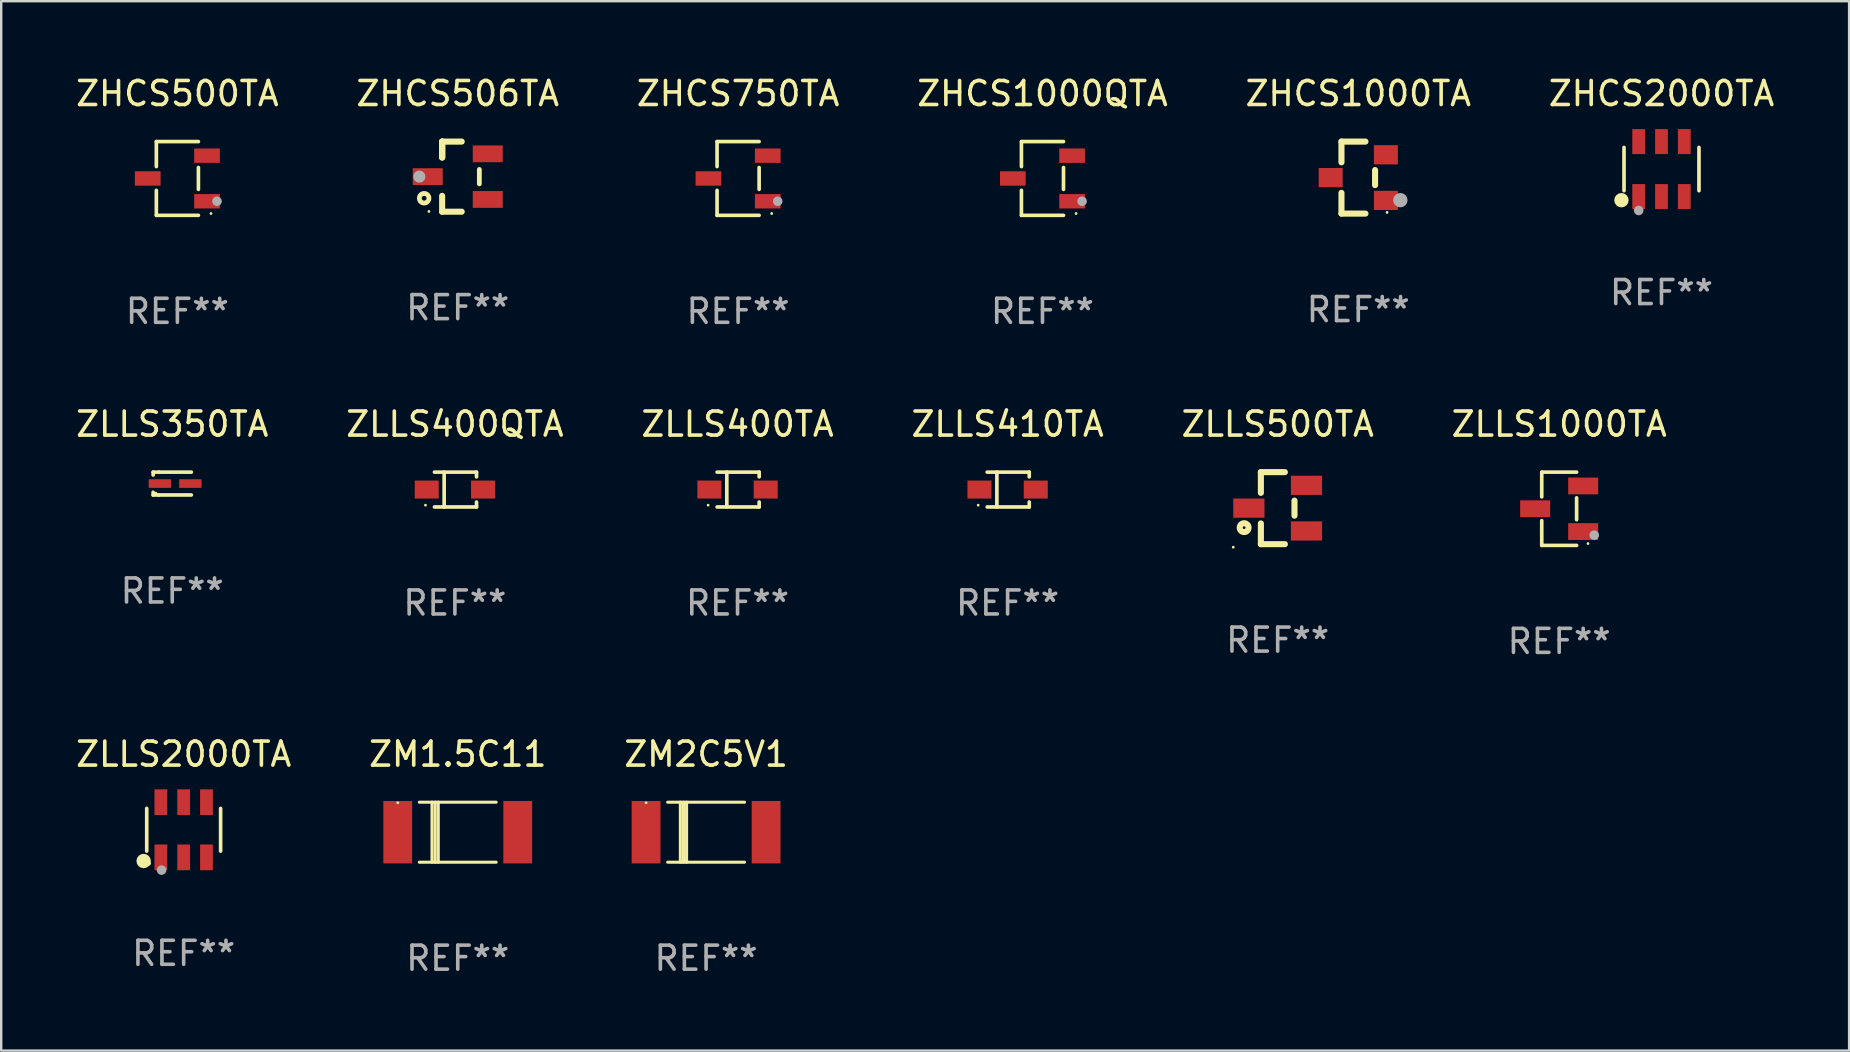
<source format=kicad_pcb>
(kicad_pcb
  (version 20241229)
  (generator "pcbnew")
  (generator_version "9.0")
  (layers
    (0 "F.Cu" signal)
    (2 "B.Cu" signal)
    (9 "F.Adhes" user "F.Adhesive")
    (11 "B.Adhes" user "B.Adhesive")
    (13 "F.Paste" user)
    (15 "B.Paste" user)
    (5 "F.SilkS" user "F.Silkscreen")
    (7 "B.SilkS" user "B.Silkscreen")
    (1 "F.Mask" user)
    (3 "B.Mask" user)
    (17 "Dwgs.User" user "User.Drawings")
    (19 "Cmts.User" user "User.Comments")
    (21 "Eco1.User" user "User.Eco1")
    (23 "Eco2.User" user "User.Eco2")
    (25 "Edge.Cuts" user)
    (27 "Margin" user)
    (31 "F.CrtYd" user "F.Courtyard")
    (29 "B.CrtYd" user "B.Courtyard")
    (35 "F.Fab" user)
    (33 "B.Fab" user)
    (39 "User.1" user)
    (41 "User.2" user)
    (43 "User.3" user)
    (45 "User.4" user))
  (footprint "ZHCS506TA"
    (layer "F.Cu")
    (at 16.018 4.308)
    (property "Reference" "ZHCS506TA" (at 0 -3.46 0) (layer "F.SilkS") (effects (font (size 1 1) (thickness 0.15))))
    (attr through_hole)
    (fp_line (start -0.65 -1.46) (end -0.65 -0.8) (stroke (width 0.254) (type solid)) (layer "F.SilkS"))
    (fp_line (start -0.65 -1.46) (end 0.165 -1.46) (stroke (width 0.254) (type solid)) (layer "F.SilkS"))
    (fp_line (start -0.65 -0.8) (end -0.65 -1.46) (stroke (width 0.254) (type solid)) (layer "F.SilkS"))
    (fp_line (start -0.65 -0.8) (end -0.65 -1.46) (stroke (width 0.254) (type solid)) (layer "F.SilkS"))
    (fp_line (start -0.65 1.46) (end -0.65 0.8) (stroke (width 0.254) (type solid)) (layer "F.SilkS"))
    (fp_line (start 0.165 1.46) (end -0.65 1.46) (stroke (width 0.254) (type solid)) (layer "F.SilkS"))
    (fp_line (start 0.9 0.3) (end 0.9 -0.3) (stroke (width 0.2) (type solid)) (layer "F.SilkS"))
    (fp_circle (center -1.4 0.9) (end -1.2 0.9) (stroke (width 0.2) (type solid)) (fill no) (layer "F.SilkS"))
    (fp_circle (center -1.2 1.45) (end -1.17 1.45) (stroke (width 0.06) (type solid)) (fill no) (layer "F.SilkS"))
    (fp_circle (center -1.6 0) (end -1.473 0) (stroke (width 0.254) (type solid)) (fill no) (layer "F.Fab"))
    (fp_text user "REF**" (at 0 5.46 0) (layer "F.Fab") (effects (font (size 1 1) (thickness 0.15))))
    (pad "1" smd rect (at -1.25 0 270) (size 0.7 1.25) (layers "F.Cu" "F.Mask" "F.Paste"))
    (pad "2" smd rect (at 1.25 -0.95 270) (size 0.7 1.25) (layers "F.Cu" "F.Mask" "F.Paste"))
    (pad "3" smd rect (at 1.25 0.95 270) (size 0.7 1.25) (layers "F.Cu" "F.Mask" "F.Paste")))
  (footprint "ZLLS1000TA"
    (layer "F.Cu")
    (at 61.899 18.143)
    (property "Reference" "ZLLS1000TA" (at 0 -3.526 0) (layer "F.SilkS") (effects (font (size 1 1) (thickness 0.15))))
    (attr through_hole)
    (fp_line (start -0.726 -1.526) (end -0.726 -0.495) (stroke (width 0.152) (type solid)) (layer "F.SilkS"))
    (fp_line (start -0.726 1.526) (end -0.726 0.495) (stroke (width 0.152) (type solid)) (layer "F.SilkS"))
    (fp_line (start 0.726 -1.526) (end -0.726 -1.526) (stroke (width 0.152) (type solid)) (layer "F.SilkS"))
    (fp_line (start 0.726 -0.455) (end 0.726 0.455) (stroke (width 0.152) (type solid)) (layer "F.SilkS"))
    (fp_line (start 0.726 1.526) (end -0.726 1.526) (stroke (width 0.152) (type solid)) (layer "F.SilkS"))
    (fp_circle (center 1.2 1.45) (end 1.23 1.45) (stroke (width 0.06) (type solid)) (fill no) (layer "F.SilkS"))
    (fp_circle (center 1.46 1.1) (end 1.56 1.1) (stroke (width 0.2) (type solid)) (fill no) (layer "F.Fab"))
    (fp_text user "REF**" (at 0 5.526 0) (layer "F.Fab") (effects (font (size 1 1) (thickness 0.15))))
    (pad "1" smd rect (at 1 0.95) (size 1.25 0.7) (layers "F.Cu" "F.Mask" "F.Paste"))
    (pad "2" smd rect (at 1 -0.95) (size 1.25 0.7) (layers "F.Cu" "F.Mask" "F.Paste"))
    (pad "3" smd rect (at -1 0) (size 1.25 0.7) (layers "F.Cu" "F.Mask" "F.Paste")))
  (footprint "ZLLS400QTA"
    (layer "F.Cu")
    (at 15.899 17.343)
    (property "Reference" "ZLLS400QTA" (at 0 -2.726 0) (layer "F.SilkS") (effects (font (size 1 1) (thickness 0.15))))
    (attr through_hole)
    (fp_line (start -0.851 -0.726) (end 0.901 -0.726) (stroke (width 0.152) (type solid)) (layer "F.SilkS"))
    (fp_line (start -0.851 0.726) (end 0.901 0.726) (stroke (width 0.152) (type solid)) (layer "F.SilkS"))
    (fp_line (start -0.447 -0.726) (end -0.447 0.726) (stroke (width 0.152) (type solid)) (layer "F.SilkS"))
    (fp_line (start 0.901 -0.726) (end 0.901 -0.53) (stroke (width 0.152) (type solid)) (layer "F.SilkS"))
    (fp_line (start 0.901 0.726) (end 0.901 0.52) (stroke (width 0.152) (type solid)) (layer "F.SilkS"))
    (fp_circle (center -1.225 0.65) (end -1.195 0.65) (stroke (width 0.06) (type solid)) (fill no) (layer "F.SilkS"))
    (fp_text user "REF**" (at 0 4.726 0) (layer "F.Fab") (effects (font (size 1 1) (thickness 0.15))))
    (pad "1" smd rect (at -1.173 0) (size 1 0.75) (layers "F.Cu" "F.Mask" "F.Paste"))
    (pad "2" smd rect (at 1.173 0) (size 1 0.75) (layers "F.Cu" "F.Mask" "F.Paste")))
  (footprint "ZLLS2000TA"
    (layer "F.Cu")
    (at 4.601 31.515)
    (property "Reference" "ZLLS2000TA" (at 0 -3.149 0) (layer "F.SilkS") (effects (font (size 1 1) (thickness 0.15))))
    (attr through_hole)
    (fp_line (start -1.539 0.889) (end -1.539 -0.889) (stroke (width 0.152) (type solid)) (layer "F.SilkS"))
    (fp_line (start 1.539 0.889) (end 1.539 -0.889) (stroke (width 0.152) (type solid)) (layer "F.SilkS"))
    (fp_circle (center -1.668 1.301) (end -1.518 1.301) (stroke (width 0.3) (type solid)) (fill no) (layer "F.SilkS"))
    (fp_circle (center -1.463 1.4) (end -1.413 1.4) (stroke (width 0.1) (type solid)) (fill no) (layer "F.SilkS"))
    (fp_circle (center -0.92 1.68) (end -0.82 1.68) (stroke (width 0.2) (type solid)) (fill no) (layer "F.Fab"))
    (fp_text user "REF**" (at 0 5.149 0) (layer "F.Fab") (effects (font (size 1 1) (thickness 0.15))))
    (pad "1" smd rect (at -0.95 1.149) (size 0.532 1.072) (layers "F.Cu" "F.Mask" "F.Paste"))
    (pad "2" smd rect (at 0 1.149) (size 0.532 1.072) (layers "F.Cu" "F.Mask" "F.Paste"))
    (pad "3" smd rect (at 0.95 1.149) (size 0.532 1.072) (layers "F.Cu" "F.Mask" "F.Paste"))
    (pad "4" smd rect (at 0.95 -1.149) (size 0.532 1.072) (layers "F.Cu" "F.Mask" "F.Paste"))
    (pad "5" smd rect (at 0 -1.149) (size 0.532 1.072) (layers "F.Cu" "F.Mask" "F.Paste"))
    (pad "6" smd rect (at -0.95 -1.149) (size 0.532 1.072) (layers "F.Cu" "F.Mask" "F.Paste")))
  (footprint "ZHCS500TA"
    (layer "F.Cu")
    (at 4.339 4.384)
    (property "Reference" "ZHCS500TA" (at 0 -3.536 0) (layer "F.SilkS") (effects (font (size 1 1) (thickness 0.15))))
    (attr through_hole)
    (fp_line (start -0.876 -1.536) (end -0.876 -0.495) (stroke (width 0.152) (type solid)) (layer "F.SilkS"))
    (fp_line (start -0.876 1.536) (end -0.876 0.495) (stroke (width 0.152) (type solid)) (layer "F.SilkS"))
    (fp_line (start 0.876 -1.536) (end -0.876 -1.536) (stroke (width 0.152) (type solid)) (layer "F.SilkS"))
    (fp_line (start 0.876 -0.455) (end 0.876 0.455) (stroke (width 0.152) (type solid)) (layer "F.SilkS"))
    (fp_line (start 0.876 1.536) (end -0.876 1.536) (stroke (width 0.152) (type solid)) (layer "F.SilkS"))
    (fp_circle (center 1.4 1.46) (end 1.43 1.46) (stroke (width 0.06) (type solid)) (fill no) (layer "F.SilkS"))
    (fp_circle (center 1.651 0.95) (end 1.751 0.95) (stroke (width 0.2) (type solid)) (fill no) (layer "F.Fab"))
    (fp_text user "REF**" (at 0 5.536 0) (layer "F.Fab") (effects (font (size 1 1) (thickness 0.15))))
    (pad "1" smd rect (at 1.235 0.95) (size 1.07 0.6) (layers "F.Cu" "F.Mask" "F.Paste"))
    (pad "2" smd rect (at 1.235 -0.95) (size 1.07 0.6) (layers "F.Cu" "F.Mask" "F.Paste"))
    (pad "3" smd rect (at -1.235 0) (size 1.07 0.6) (layers "F.Cu" "F.Mask" "F.Paste")))
  (footprint "ZHCS2000TA"
    (layer "F.Cu")
    (at 66.161 3.993)
    (property "Reference" "ZHCS2000TA" (at 0 -3.145 0) (layer "F.SilkS") (effects (font (size 1 1) (thickness 0.15))))
    (attr through_hole)
    (fp_line (start -1.561 0.901) (end -1.561 -0.901) (stroke (width 0.152) (type solid)) (layer "F.SilkS"))
    (fp_line (start 1.561 0.901) (end 1.561 -0.901) (stroke (width 0.152) (type solid)) (layer "F.SilkS"))
    (fp_circle (center -1.668 1.297) (end -1.518 1.297) (stroke (width 0.3) (type solid)) (fill no) (layer "F.SilkS"))
    (fp_circle (center -1.485 1.425) (end -1.455 1.425) (stroke (width 0.06) (type solid)) (fill no) (layer "F.SilkS"))
    (fp_circle (center -0.95 1.725) (end -0.85 1.725) (stroke (width 0.2) (type solid)) (fill no) (layer "F.Fab"))
    (fp_text user "REF**" (at 0 5.145 0) (layer "F.Fab") (effects (font (size 1 1) (thickness 0.15))))
    (pad "1" smd rect (at -0.95 1.145) (size 0.532 1.04) (layers "F.Cu" "F.Mask" "F.Paste"))
    (pad "2" smd rect (at 0 1.145) (size 0.532 1.04) (layers "F.Cu" "F.Mask" "F.Paste"))
    (pad "3" smd rect (at 0.95 1.145) (size 0.532 1.04) (layers "F.Cu" "F.Mask" "F.Paste"))
    (pad "4" smd rect (at 0.95 -1.145) (size 0.532 1.04) (layers "F.Cu" "F.Mask" "F.Paste"))
    (pad "5" smd rect (at 0 -1.145) (size 0.532 1.04) (layers "F.Cu" "F.Mask" "F.Paste"))
    (pad "6" smd rect (at -0.95 -1.145) (size 0.532 1.04) (layers "F.Cu" "F.Mask" "F.Paste")))
  (footprint "ZHCS1000TA"
    (layer "F.Cu")
    (at 53.53 4.348)
    (property "Reference" "ZHCS1000TA" (at 0 -3.5 0) (layer "F.SilkS") (effects (font (size 1 1) (thickness 0.15))))
    (attr through_hole)
    (fp_line (start -0.7 -1.5) (end 0.3 -1.5) (stroke (width 0.254) (type solid)) (layer "F.SilkS"))
    (fp_line (start -0.7 -0.636) (end -0.7 -1.5) (stroke (width 0.254) (type solid)) (layer "F.SilkS"))
    (fp_line (start -0.7 1.5) (end -0.7 0.636) (stroke (width 0.254) (type solid)) (layer "F.SilkS"))
    (fp_line (start -0.7 1.5) (end 0.3 1.5) (stroke (width 0.254) (type solid)) (layer "F.SilkS"))
    (fp_line (start 0.7 0.314) (end 0.7 -0.314) (stroke (width 0.254) (type solid)) (layer "F.SilkS"))
    (fp_circle (center 1.2 1.45) (end 1.23 1.45) (stroke (width 0.06) (type solid)) (fill no) (layer "F.SilkS"))
    (fp_circle (center 1.753 0.94) (end 1.903 0.94) (stroke (width 0.3) (type solid)) (fill no) (layer "F.Fab"))
    (fp_text user "REF**" (at 0 5.5 0) (layer "F.Fab") (effects (font (size 1 1) (thickness 0.15))))
    (pad "1" smd rect (at 1.15 0.95 180) (size 1 0.8) (layers "F.Cu" "F.Mask" "F.Paste"))
    (pad "2" smd rect (at 1.15 -0.95 180) (size 1 0.8) (layers "F.Cu" "F.Mask" "F.Paste"))
    (pad "3" smd rect (at -1.15 -0.000051 180) (size 1 0.8) (layers "F.Cu" "F.Mask" "F.Paste")))
  (footprint "ZLLS400TA"
    (layer "F.Cu")
    (at 27.673 17.343)
    (property "Reference" "ZLLS400TA" (at 0 -2.726 0) (layer "F.SilkS") (effects (font (size 1 1) (thickness 0.15))))
    (attr through_hole)
    (fp_line (start -0.851 -0.726) (end 0.901 -0.726) (stroke (width 0.152) (type solid)) (layer "F.SilkS"))
    (fp_line (start -0.851 0.726) (end 0.901 0.726) (stroke (width 0.152) (type solid)) (layer "F.SilkS"))
    (fp_line (start -0.447 -0.726) (end -0.447 0.726) (stroke (width 0.152) (type solid)) (layer "F.SilkS"))
    (fp_line (start 0.901 -0.726) (end 0.901 -0.53) (stroke (width 0.152) (type solid)) (layer "F.SilkS"))
    (fp_line (start 0.901 0.726) (end 0.901 0.52) (stroke (width 0.152) (type solid)) (layer "F.SilkS"))
    (fp_circle (center -1.225 0.65) (end -1.195 0.65) (stroke (width 0.06) (type solid)) (fill no) (layer "F.SilkS"))
    (fp_text user "REF**" (at 0 4.726 0) (layer "F.Fab") (effects (font (size 1 1) (thickness 0.15))))
    (pad "1" smd rect (at -1.173 0) (size 1 0.75) (layers "F.Cu" "F.Mask" "F.Paste"))
    (pad "2" smd rect (at 1.173 0) (size 1 0.75) (layers "F.Cu" "F.Mask" "F.Paste")))
  (footprint "ZLLS500TA"
    (layer "F.Cu")
    (at 50.173 18.117)
    (property "Reference" "ZLLS500TA" (at 0 -3.5 0) (layer "F.SilkS") (effects (font (size 1 1) (thickness 0.15))))
    (attr through_hole)
    (fp_line (start -0.7 -1.5) (end 0.3 -1.5) (stroke (width 0.254) (type solid)) (layer "F.SilkS"))
    (fp_line (start -0.7 -0.636) (end -0.7 -1.5) (stroke (width 0.254) (type solid)) (layer "F.SilkS"))
    (fp_line (start -0.7 1.5) (end -0.7 0.636) (stroke (width 0.254) (type solid)) (layer "F.SilkS"))
    (fp_line (start -0.7 1.5) (end 0.3 1.5) (stroke (width 0.254) (type solid)) (layer "F.SilkS"))
    (fp_line (start 0.7 0.314) (end 0.7 -0.314) (stroke (width 0.254) (type solid)) (layer "F.SilkS"))
    (fp_circle (center -1.85 1.627) (end -1.82 1.627) (stroke (width 0.06) (type solid)) (fill no) (layer "F.SilkS"))
    (fp_circle (center -1.397 0.813) (end -1.34 0.813) (stroke (width 0.254) (type solid)) (fill no) (layer "F.SilkS"))
    (fp_text user "REF**" (at 0 5.5 0) (layer "F.Fab") (effects (font (size 1 1) (thickness 0.15))))
    (pad "1" smd rect (at -1.2 -0.000051 180) (size 1.3 0.8) (layers "F.Cu" "F.Mask" "F.Paste"))
    (pad "2" smd rect (at 1.2 -0.95 180) (size 1.3 0.8) (layers "F.Cu" "F.Mask" "F.Paste"))
    (pad "3" smd rect (at 1.2 0.95 180) (size 1.3 0.8) (layers "F.Cu" "F.Mask" "F.Paste")))
  (footprint "ZLLS410TA"
    (layer "F.Cu")
    (at 38.923 17.343)
    (property "Reference" "ZLLS410TA" (at 0 -2.726 0) (layer "F.SilkS") (effects (font (size 1 1) (thickness 0.15))))
    (attr through_hole)
    (fp_line (start -0.851 -0.726) (end 0.901 -0.726) (stroke (width 0.152) (type solid)) (layer "F.SilkS"))
    (fp_line (start -0.851 0.726) (end 0.901 0.726) (stroke (width 0.152) (type solid)) (layer "F.SilkS"))
    (fp_line (start -0.447 -0.726) (end -0.447 0.726) (stroke (width 0.152) (type solid)) (layer "F.SilkS"))
    (fp_line (start 0.901 -0.726) (end 0.901 -0.53) (stroke (width 0.152) (type solid)) (layer "F.SilkS"))
    (fp_line (start 0.901 0.726) (end 0.901 0.52) (stroke (width 0.152) (type solid)) (layer "F.SilkS"))
    (fp_circle (center -1.225 0.65) (end -1.195 0.65) (stroke (width 0.06) (type solid)) (fill no) (layer "F.SilkS"))
    (fp_text user "REF**" (at 0 4.726 0) (layer "F.Fab") (effects (font (size 1 1) (thickness 0.15))))
    (pad "1" smd rect (at -1.173 0) (size 1 0.75) (layers "F.Cu" "F.Mask" "F.Paste"))
    (pad "2" smd rect (at 1.173 0) (size 1 0.75) (layers "F.Cu" "F.Mask" "F.Paste")))
  (footprint "ZHCS750TA"
    (layer "F.Cu")
    (at 27.696 4.384)
    (property "Reference" "ZHCS750TA" (at 0 -3.536 0) (layer "F.SilkS") (effects (font (size 1 1) (thickness 0.15))))
    (attr through_hole)
    (fp_line (start -0.876 -1.536) (end -0.876 -0.495) (stroke (width 0.152) (type solid)) (layer "F.SilkS"))
    (fp_line (start -0.876 1.536) (end -0.876 0.495) (stroke (width 0.152) (type solid)) (layer "F.SilkS"))
    (fp_line (start 0.876 -1.536) (end -0.876 -1.536) (stroke (width 0.152) (type solid)) (layer "F.SilkS"))
    (fp_line (start 0.876 -0.455) (end 0.876 0.455) (stroke (width 0.152) (type solid)) (layer "F.SilkS"))
    (fp_line (start 0.876 1.536) (end -0.876 1.536) (stroke (width 0.152) (type solid)) (layer "F.SilkS"))
    (fp_circle (center 1.4 1.46) (end 1.43 1.46) (stroke (width 0.06) (type solid)) (fill no) (layer "F.SilkS"))
    (fp_circle (center 1.651 0.95) (end 1.751 0.95) (stroke (width 0.2) (type solid)) (fill no) (layer "F.Fab"))
    (fp_text user "REF**" (at 0 5.536 0) (layer "F.Fab") (effects (font (size 1 1) (thickness 0.15))))
    (pad "1" smd rect (at 1.235 0.95) (size 1.07 0.6) (layers "F.Cu" "F.Mask" "F.Paste"))
    (pad "2" smd rect (at 1.235 -0.95) (size 1.07 0.6) (layers "F.Cu" "F.Mask" "F.Paste"))
    (pad "3" smd rect (at -1.235 0) (size 1.07 0.6) (layers "F.Cu" "F.Mask" "F.Paste")))
  (footprint "ZM1.5C11"
    (layer "F.Cu")
    (at 16.018 31.616)
    (property "Reference" "ZM1.5C11" (at 0 -3.25 0) (layer "F.SilkS") (effects (font (size 1 1) (thickness 0.15))))
    (attr through_hole)
    (fp_line (start -1.6 -1.25) (end 1.6 -1.25) (stroke (width 0.129) (type solid)) (layer "F.SilkS"))
    (fp_line (start -1.6 1.25) (end 1.6 1.25) (stroke (width 0.129) (type solid)) (layer "F.SilkS"))
    (fp_line (start -1.072 -1.25) (end -1.072 1.25) (stroke (width 0.129) (type solid)) (layer "F.SilkS"))
    (fp_line (start -0.942 -1.25) (end -0.942 1.25) (stroke (width 0.129) (type solid)) (layer "F.SilkS"))
    (fp_line (start -0.813 -1.25) (end -0.813 1.25) (stroke (width 0.129) (type solid)) (layer "F.SilkS"))
    (fp_circle (center -2.5 -1.225) (end -2.47 -1.225) (stroke (width 0.06) (type solid)) (fill no) (layer "F.SilkS"))
    (fp_text user "REF**" (at 0 5.25 0) (layer "F.Fab") (effects (font (size 1 1) (thickness 0.15))))
    (pad "1" smd rect (at -2.5 0 180) (size 1.2 2.6) (layers "F.Cu" "F.Mask" "F.Paste"))
    (pad "2" smd rect (at 2.5 0 180) (size 1.2 2.6) (layers "F.Cu" "F.Mask" "F.Paste")))
  (footprint "ZM2C5V1"
    (layer "F.Cu")
    (at 26.363 31.616)
    (property "Reference" "ZM2C5V1" (at 0 -3.25 0) (layer "F.SilkS") (effects (font (size 1 1) (thickness 0.15))))
    (attr through_hole)
    (fp_line (start -1.6 -1.25) (end 1.6 -1.25) (stroke (width 0.129) (type solid)) (layer "F.SilkS"))
    (fp_line (start -1.6 1.25) (end 1.6 1.25) (stroke (width 0.129) (type solid)) (layer "F.SilkS"))
    (fp_line (start -1.072 -1.25) (end -1.072 1.25) (stroke (width 0.129) (type solid)) (layer "F.SilkS"))
    (fp_line (start -0.942 -1.25) (end -0.942 1.25) (stroke (width 0.129) (type solid)) (layer "F.SilkS"))
    (fp_line (start -0.813 -1.25) (end -0.813 1.25) (stroke (width 0.129) (type solid)) (layer "F.SilkS"))
    (fp_circle (center -2.5 -1.225) (end -2.47 -1.225) (stroke (width 0.06) (type solid)) (fill no) (layer "F.SilkS"))
    (fp_text user "REF**" (at 0 5.25 0) (layer "F.Fab") (effects (font (size 1 1) (thickness 0.15))))
    (pad "1" smd rect (at -2.5 0 180) (size 1.2 2.6) (layers "F.Cu" "F.Mask" "F.Paste"))
    (pad "2" smd rect (at 2.5 0 180) (size 1.2 2.6) (layers "F.Cu" "F.Mask" "F.Paste")))
  (footprint "ZLLS350TA"
    (layer "F.Cu")
    (at 4.125 17.093)
    (property "Reference" "ZLLS350TA" (at 0 -2.476 0) (layer "F.SilkS") (effects (font (size 1 1) (thickness 0.15))))
    (attr through_hole)
    (fp_line (start -0.795 -0.476) (end -0.795 -0.356) (stroke (width 0.152) (type solid)) (layer "F.SilkS"))
    (fp_line (start -0.795 0.363) (end -0.795 0.476) (stroke (width 0.152) (type solid)) (layer "F.SilkS"))
    (fp_line (start -0.795 0.476) (end -0.557 0.476) (stroke (width 0.152) (type solid)) (layer "F.SilkS"))
    (fp_line (start -0.557 -0.476) (end -0.795 -0.476) (stroke (width 0.152) (type solid)) (layer "F.SilkS"))
    (fp_line (start -0.557 -0.476) (end 0.795 -0.476) (stroke (width 0.152) (type solid)) (layer "F.SilkS"))
    (fp_line (start -0.557 0.476) (end 0.795 0.476) (stroke (width 0.152) (type solid)) (layer "F.SilkS"))
    (fp_circle (center -0.681 0.4) (end -0.651 0.4) (stroke (width 0.06) (type solid)) (fill no) (layer "F.SilkS"))
    (fp_text user "REF**" (at 0 4.476 0) (layer "F.Fab") (effects (font (size 1 1) (thickness 0.15))))
    (pad "1" smd rect (at -0.516 0 180) (size 0.93 0.36) (layers "F.Cu" "F.Mask" "F.Paste"))
    (pad "2" smd rect (at 0.754 0 180) (size 0.93 0.36) (layers "F.Cu" "F.Mask" "F.Paste")))
  (footprint "ZHCS1000QTA"
    (layer "F.Cu")
    (at 40.375 4.384)
    (property "Reference" "ZHCS1000QTA" (at 0 -3.536 0) (layer "F.SilkS") (effects (font (size 1 1) (thickness 0.15))))
    (attr through_hole)
    (fp_line (start -0.876 -1.536) (end -0.876 -0.495) (stroke (width 0.152) (type solid)) (layer "F.SilkS"))
    (fp_line (start -0.876 1.536) (end -0.876 0.495) (stroke (width 0.152) (type solid)) (layer "F.SilkS"))
    (fp_line (start 0.876 -1.536) (end -0.876 -1.536) (stroke (width 0.152) (type solid)) (layer "F.SilkS"))
    (fp_line (start 0.876 -0.455) (end 0.876 0.455) (stroke (width 0.152) (type solid)) (layer "F.SilkS"))
    (fp_line (start 0.876 1.536) (end -0.876 1.536) (stroke (width 0.152) (type solid)) (layer "F.SilkS"))
    (fp_circle (center 1.4 1.46) (end 1.43 1.46) (stroke (width 0.06) (type solid)) (fill no) (layer "F.SilkS"))
    (fp_circle (center 1.651 0.95) (end 1.751 0.95) (stroke (width 0.2) (type solid)) (fill no) (layer "F.Fab"))
    (fp_text user "REF**" (at 0 5.536 0) (layer "F.Fab") (effects (font (size 1 1) (thickness 0.15))))
    (pad "1" smd rect (at 1.235 0.95) (size 1.07 0.6) (layers "F.Cu" "F.Mask" "F.Paste"))
    (pad "2" smd rect (at 1.235 -0.95) (size 1.07 0.6) (layers "F.Cu" "F.Mask" "F.Paste"))
    (pad "3" smd rect (at -1.235 0) (size 1.07 0.6) (layers "F.Cu" "F.Mask" "F.Paste")))
  (gr_rect
    (start -3 -3)
    (end 73.976 40.714)
    (stroke (width 0.1) (type default))
    (fill no)
    (layer "Edge.Cuts")))
</source>
